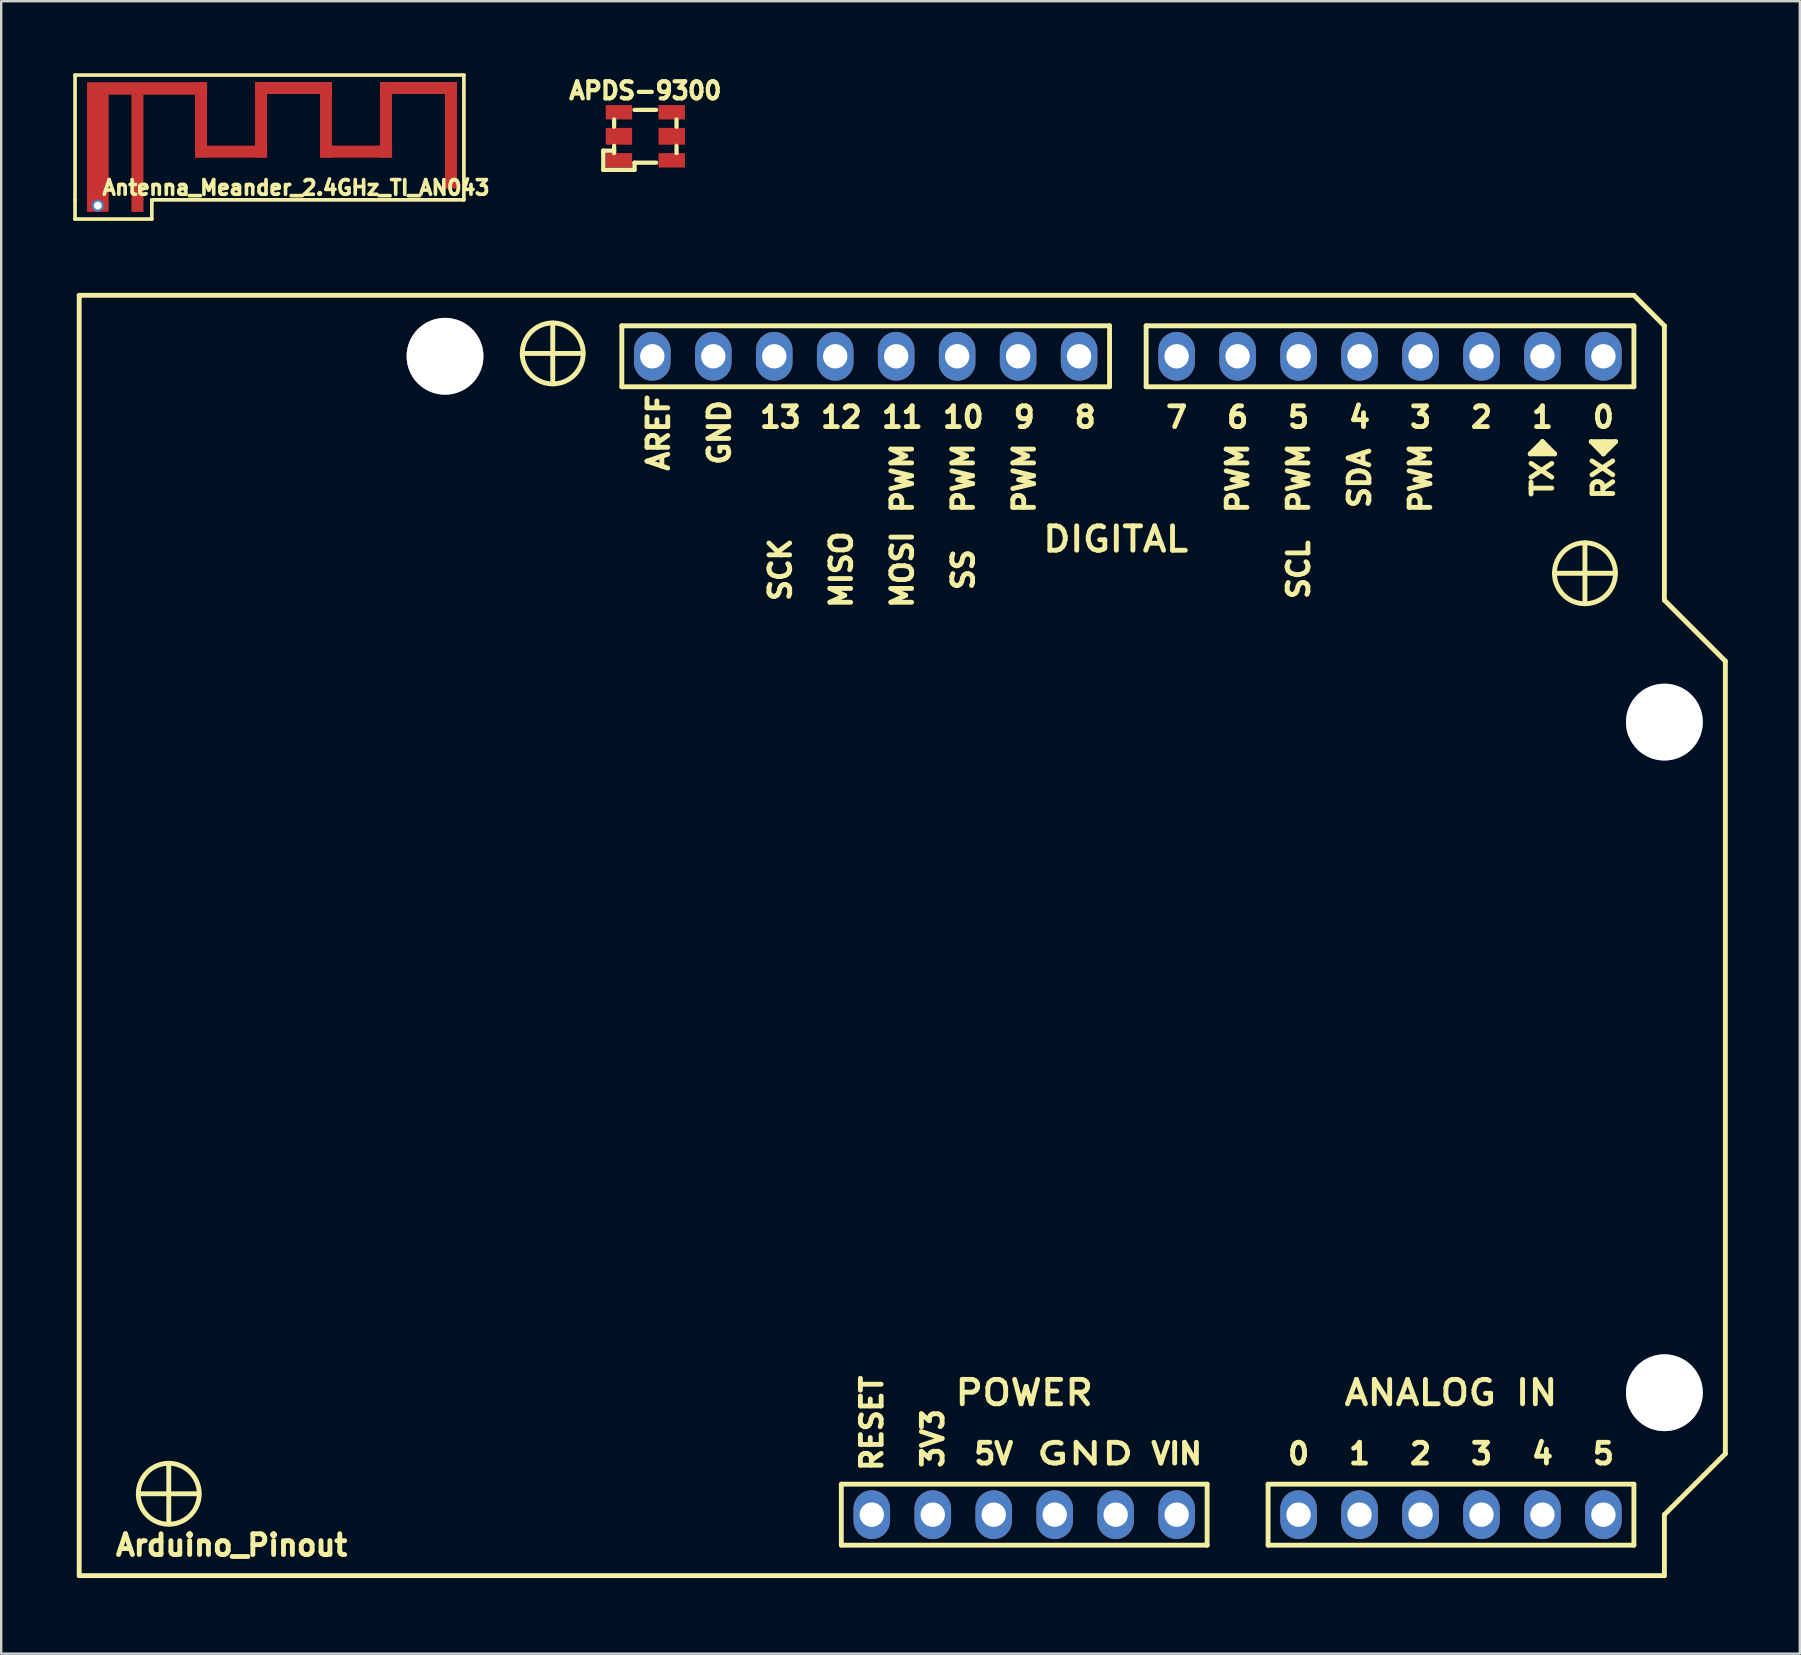
<source format=kicad_pcb>
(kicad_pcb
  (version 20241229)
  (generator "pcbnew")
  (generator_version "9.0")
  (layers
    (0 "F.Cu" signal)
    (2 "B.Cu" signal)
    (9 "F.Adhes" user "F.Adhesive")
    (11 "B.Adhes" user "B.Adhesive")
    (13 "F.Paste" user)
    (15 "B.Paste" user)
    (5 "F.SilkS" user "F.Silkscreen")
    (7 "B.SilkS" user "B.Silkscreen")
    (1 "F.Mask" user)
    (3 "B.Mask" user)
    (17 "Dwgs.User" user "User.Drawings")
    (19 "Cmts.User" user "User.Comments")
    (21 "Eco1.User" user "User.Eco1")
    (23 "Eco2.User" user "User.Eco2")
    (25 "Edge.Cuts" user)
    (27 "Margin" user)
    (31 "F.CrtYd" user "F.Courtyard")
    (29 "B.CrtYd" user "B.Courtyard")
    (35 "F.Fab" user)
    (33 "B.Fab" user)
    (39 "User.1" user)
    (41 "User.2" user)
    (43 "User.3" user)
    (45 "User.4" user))
  (footprint "Arduino_Pinout"
    (layer "F.Cu")
    (at 0.25 62.593)
    (property "Reference" "Arduino_Pinout" (at 6.35 -1.27 0) (layer "F.SilkS") (effects (font (size 0.864 0.864) (thickness 0.203))))
    (attr through_hole)
    (fp_line (start 0 -53.34) (end 0 0) (stroke (width 0.203) (type solid)) (layer "F.SilkS"))
    (fp_line (start 3.731 -3.411) (end 2.466 -3.411) (stroke (width 0.203) (type solid)) (layer "F.SilkS"))
    (fp_line (start 3.731 -3.411) (end 3.731 -4.674) (stroke (width 0.203) (type solid)) (layer "F.SilkS"))
    (fp_line (start 3.731 -3.411) (end 3.731 -2.151) (stroke (width 0.203) (type solid)) (layer "F.SilkS"))
    (fp_line (start 3.731 -3.411) (end 4.991 -3.411) (stroke (width 0.203) (type solid)) (layer "F.SilkS"))
    (fp_line (start 19.728 -50.919) (end 18.461 -50.919) (stroke (width 0.203) (type solid)) (layer "F.SilkS"))
    (fp_line (start 19.728 -50.919) (end 19.728 -52.184) (stroke (width 0.203) (type solid)) (layer "F.SilkS"))
    (fp_line (start 19.728 -50.919) (end 19.728 -49.657) (stroke (width 0.203) (type solid)) (layer "F.SilkS"))
    (fp_line (start 19.728 -50.919) (end 20.985 -50.919) (stroke (width 0.203) (type solid)) (layer "F.SilkS"))
    (fp_line (start 22.606 -52.07) (end 22.606 -49.53) (stroke (width 0.203) (type solid)) (layer "F.SilkS"))
    (fp_line (start 22.606 -49.53) (end 42.926 -49.53) (stroke (width 0.203) (type solid)) (layer "F.SilkS"))
    (fp_line (start 31.75 -3.81) (end 31.75 -1.27) (stroke (width 0.203) (type solid)) (layer "F.SilkS"))
    (fp_line (start 31.75 -1.27) (end 46.99 -1.27) (stroke (width 0.203) (type solid)) (layer "F.SilkS"))
    (fp_line (start 42.926 -52.07) (end 22.606 -52.07) (stroke (width 0.203) (type solid)) (layer "F.SilkS"))
    (fp_line (start 42.926 -49.53) (end 42.926 -52.07) (stroke (width 0.203) (type solid)) (layer "F.SilkS"))
    (fp_line (start 44.45 -52.07) (end 44.45 -49.53) (stroke (width 0.203) (type solid)) (layer "F.SilkS"))
    (fp_line (start 44.45 -49.53) (end 64.77 -49.53) (stroke (width 0.203) (type solid)) (layer "F.SilkS"))
    (fp_line (start 46.99 -3.81) (end 31.75 -3.81) (stroke (width 0.203) (type solid)) (layer "F.SilkS"))
    (fp_line (start 46.99 -3.81) (end 46.99 -1.27) (stroke (width 0.203) (type solid)) (layer "F.SilkS"))
    (fp_line (start 49.53 -3.81) (end 64.77 -3.81) (stroke (width 0.203) (type solid)) (layer "F.SilkS"))
    (fp_line (start 49.53 -1.27) (end 49.53 -3.81) (stroke (width 0.203) (type solid)) (layer "F.SilkS"))
    (fp_line (start 60.452 -46.736) (end 60.96 -47.244) (stroke (width 0.203) (type solid)) (layer "F.SilkS"))
    (fp_line (start 60.706 -46.863) (end 61.214 -46.863) (stroke (width 0.203) (type solid)) (layer "F.SilkS"))
    (fp_line (start 60.833 -46.99) (end 61.087 -46.99) (stroke (width 0.203) (type solid)) (layer "F.SilkS"))
    (fp_line (start 60.96 -47.244) (end 60.96 -46.863) (stroke (width 0.203) (type solid)) (layer "F.SilkS"))
    (fp_line (start 60.96 -47.244) (end 61.468 -46.736) (stroke (width 0.203) (type solid)) (layer "F.SilkS"))
    (fp_line (start 61.468 -46.736) (end 60.452 -46.736) (stroke (width 0.203) (type solid)) (layer "F.SilkS"))
    (fp_line (start 62.73 -41.76) (end 61.463 -41.76) (stroke (width 0.203) (type solid)) (layer "F.SilkS"))
    (fp_line (start 62.73 -41.76) (end 62.73 -43.025) (stroke (width 0.203) (type solid)) (layer "F.SilkS"))
    (fp_line (start 62.73 -41.76) (end 62.73 -40.498) (stroke (width 0.203) (type solid)) (layer "F.SilkS"))
    (fp_line (start 62.73 -41.76) (end 63.993 -41.76) (stroke (width 0.203) (type solid)) (layer "F.SilkS"))
    (fp_line (start 62.992 -47.244) (end 64.008 -47.244) (stroke (width 0.203) (type solid)) (layer "F.SilkS"))
    (fp_line (start 63.246 -47.117) (end 63.754 -47.117) (stroke (width 0.203) (type solid)) (layer "F.SilkS"))
    (fp_line (start 63.373 -46.99) (end 63.627 -46.99) (stroke (width 0.203) (type solid)) (layer "F.SilkS"))
    (fp_line (start 63.5 -46.736) (end 62.992 -47.244) (stroke (width 0.203) (type solid)) (layer "F.SilkS"))
    (fp_line (start 63.5 -46.736) (end 63.5 -47.244) (stroke (width 0.203) (type solid)) (layer "F.SilkS"))
    (fp_line (start 64.008 -47.244) (end 63.5 -46.736) (stroke (width 0.203) (type solid)) (layer "F.SilkS"))
    (fp_line (start 64.77 -53.34) (end 0 -53.34) (stroke (width 0.203) (type solid)) (layer "F.SilkS"))
    (fp_line (start 64.77 -53.34) (end 66.04 -52.07) (stroke (width 0.203) (type solid)) (layer "F.SilkS"))
    (fp_line (start 64.77 -52.07) (end 44.45 -52.07) (stroke (width 0.203) (type solid)) (layer "F.SilkS"))
    (fp_line (start 64.77 -49.53) (end 64.77 -52.07) (stroke (width 0.203) (type solid)) (layer "F.SilkS"))
    (fp_line (start 64.77 -3.81) (end 64.77 -1.27) (stroke (width 0.203) (type solid)) (layer "F.SilkS"))
    (fp_line (start 64.77 -1.27) (end 49.53 -1.27) (stroke (width 0.203) (type solid)) (layer "F.SilkS"))
    (fp_line (start 66.04 -52.07) (end 66.04 -40.64) (stroke (width 0.203) (type solid)) (layer "F.SilkS"))
    (fp_line (start 66.04 -40.64) (end 68.58 -38.1) (stroke (width 0.203) (type solid)) (layer "F.SilkS"))
    (fp_line (start 66.04 -2.54) (end 68.58 -5.08) (stroke (width 0.203) (type solid)) (layer "F.SilkS"))
    (fp_line (start 66.04 0) (end 0 0) (stroke (width 0.203) (type solid)) (layer "F.SilkS"))
    (fp_line (start 66.04 0) (end 66.04 -2.54) (stroke (width 0.203) (type solid)) (layer "F.SilkS"))
    (fp_line (start 68.58 -38.1) (end 68.58 -5.08) (stroke (width 0.203) (type solid)) (layer "F.SilkS"))
    (fp_circle (center 3.731 -3.411) (end 5.001 -3.411) (stroke (width 0.203) (type solid)) (fill no) (layer "F.SilkS"))
    (fp_circle (center 19.728 -50.919) (end 20.998 -50.919) (stroke (width 0.203) (type solid)) (fill no) (layer "F.SilkS"))
    (fp_circle (center 62.73 -41.76) (end 64 -41.76) (stroke (width 0.203) (type solid)) (fill no) (layer "F.SilkS"))
    (fp_text user "10" (at 36.83 -48.26 0) (layer "F.SilkS") (effects (font (size 0.864 0.864) (thickness 0.203))))
    (fp_text user "9" (at 39.37 -48.26 0) (layer "F.SilkS") (effects (font (size 0.864 0.864) (thickness 0.203))))
    (fp_text user "PWM" (at 34.29 -45.72 90) (layer "F.SilkS") (effects (font (size 0.864 0.864) (thickness 0.203))))
    (fp_text user "GND" (at 26.67 -47.625 90) (layer "F.SilkS") (effects (font (size 0.864 0.864) (thickness 0.203))))
    (fp_text user "12" (at 31.75 -48.26 0) (layer "F.SilkS") (effects (font (size 0.864 0.864) (thickness 0.203))))
    (fp_text user "SCL" (at 50.8 -41.91 90) (layer "F.SilkS") (effects (font (size 0.864 0.864) (thickness 0.203))))
    (fp_text user "3" (at 58.42 -5.08 0) (layer "F.SilkS") (effects (font (size 0.864 0.864) (thickness 0.203))))
    (fp_text user "2" (at 58.42 -48.26 0) (layer "F.SilkS") (effects (font (size 0.864 0.864) (thickness 0.203))))
    (fp_text user "AREF" (at 24.13 -47.625 90) (layer "F.SilkS") (effects (font (size 0.864 0.864) (thickness 0.203))))
    (fp_text user "PWM" (at 50.8 -45.72 90) (layer "F.SilkS") (effects (font (size 0.864 0.864) (thickness 0.203))))
    (fp_text user "RESET" (at 33.02 -6.35 90) (layer "F.SilkS") (effects (font (size 0.864 0.864) (thickness 0.203))))
    (fp_text user "PWM" (at 39.37 -45.72 90) (layer "F.SilkS") (effects (font (size 0.864 0.864) (thickness 0.203))))
    (fp_text user "1" (at 53.34 -5.08 0) (layer "F.SilkS") (effects (font (size 0.864 0.864) (thickness 0.203))))
    (fp_text user "PWM" (at 55.88 -45.72 90) (layer "F.SilkS") (effects (font (size 0.864 0.864) (thickness 0.203))))
    (fp_text user "13" (at 29.21 -48.26 0) (layer "F.SilkS") (effects (font (size 0.864 0.864) (thickness 0.203))))
    (fp_text user "8" (at 41.91 -48.26 0) (layer "F.SilkS") (effects (font (size 0.864 0.864) (thickness 0.203))))
    (fp_text user "VIN" (at 45.72 -5.08 0) (layer "F.SilkS") (effects (font (size 0.864 0.864) (thickness 0.203))))
    (fp_text user "4" (at 60.96 -5.08 0) (layer "F.SilkS") (effects (font (size 0.864 0.864) (thickness 0.203))))
    (fp_text user "3V3" (at 35.56 -5.715 90) (layer "F.SilkS") (effects (font (size 0.864 0.864) (thickness 0.203))))
    (fp_text user "SCK" (at 29.21 -41.91 90) (layer "F.SilkS") (effects (font (size 0.864 0.864) (thickness 0.203))))
    (fp_text user "0" (at 63.5 -48.26 0) (layer "F.SilkS") (effects (font (size 0.864 0.864) (thickness 0.203))))
    (fp_text user "2" (at 55.88 -5.08 0) (layer "F.SilkS") (effects (font (size 0.864 0.864) (thickness 0.203))))
    (fp_text user "5V" (at 38.1 -5.08 0) (layer "F.SilkS") (effects (font (size 0.864 0.864) (thickness 0.203))))
    (fp_text user "TX" (at 60.96 -45.72 90) (layer "F.SilkS") (effects (font (size 0.864 0.864) (thickness 0.203))))
    (fp_text user "SS" (at 36.83 -41.91 90) (layer "F.SilkS") (effects (font (size 0.864 0.864) (thickness 0.203))))
    (fp_text user "7" (at 45.72 -48.26 0) (layer "F.SilkS") (effects (font (size 0.864 0.864) (thickness 0.203))))
    (fp_text user "1" (at 60.96 -48.26 0) (layer "F.SilkS") (effects (font (size 0.864 0.864) (thickness 0.203))))
    (fp_text user "4" (at 53.34 -48.26 0) (layer "F.SilkS") (effects (font (size 0.864 0.864) (thickness 0.203))))
    (fp_text user "GND" (at 41.91 -5.08 0) (layer "F.SilkS") (effects (font (size 0.864 1.321) (thickness 0.203))))
    (fp_text user "3" (at 55.88 -48.26 0) (layer "F.SilkS") (effects (font (size 0.864 0.864) (thickness 0.203))))
    (fp_text user "RX" (at 63.5 -45.72 90) (layer "F.SilkS") (effects (font (size 0.864 0.864) (thickness 0.203))))
    (fp_text user "MISO" (at 31.75 -41.91 90) (layer "F.SilkS") (effects (font (size 0.864 0.864) (thickness 0.203))))
    (fp_text user "PWM" (at 48.26 -45.72 90) (layer "F.SilkS") (effects (font (size 0.864 0.864) (thickness 0.203))))
    (fp_text user "ANALOG IN" (at 57.15 -7.62 0) (layer "F.SilkS") (effects (font (size 1.016 1.118) (thickness 0.203))))
    (fp_text user "5" (at 50.8 -48.26 0) (layer "F.SilkS") (effects (font (size 0.864 0.864) (thickness 0.203))))
    (fp_text user "6" (at 48.26 -48.26 0) (layer "F.SilkS") (effects (font (size 0.864 0.864) (thickness 0.203))))
    (fp_text user "0" (at 50.8 -5.08 0) (layer "F.SilkS") (effects (font (size 0.864 0.864) (thickness 0.203))))
    (fp_text user "MOSI" (at 34.29 -41.91 90) (layer "F.SilkS") (effects (font (size 0.864 0.864) (thickness 0.203))))
    (fp_text user "5" (at 63.5 -5.08 0) (layer "F.SilkS") (effects (font (size 0.864 0.864) (thickness 0.203))))
    (fp_text user "DIGITAL" (at 43.18 -43.18 0) (layer "F.SilkS") (effects (font (size 1.016 1.118) (thickness 0.203))))
    (fp_text user "POWER" (at 39.37 -7.62 0) (layer "F.SilkS") (effects (font (size 1.016 1.118) (thickness 0.203))))
    (fp_text user "SDA" (at 53.34 -45.72 90) (layer "F.SilkS") (effects (font (size 0.864 0.864) (thickness 0.203))))
    (fp_text user "11" (at 34.29 -48.26 0) (layer "F.SilkS") (effects (font (size 0.864 0.864) (thickness 0.203))))
    (fp_text user "PWM" (at 36.83 -45.72 90) (layer "F.SilkS") (effects (font (size 0.864 0.864) (thickness 0.203))))
    (pad "0" thru_hole circle (at 15.24 -50.8) (size 3.2 3.2) (drill 3.2) (layers "*.Cu"))
    (pad "0" thru_hole circle (at 66.04 -35.56) (size 3.2 3.2) (drill 3.2) (layers "*.Cu"))
    (pad "0" thru_hole circle (at 66.04 -7.62) (size 3.2 3.2) (drill 3.2) (layers "*.Cu"))
    (pad "1" thru_hole oval (at 63.5 -50.8) (size 1.524 2.032) (drill 1.016) (layers "*.Cu" "*.Mask"))
    (pad "2" thru_hole oval (at 60.96 -50.8) (size 1.524 2.032) (drill 1.016) (layers "*.Cu" "*.Mask"))
    (pad "3" thru_hole oval (at 58.42 -50.8) (size 1.524 2.032) (drill 1.016) (layers "*.Cu" "*.Mask"))
    (pad "4" thru_hole oval (at 55.88 -50.8) (size 1.524 2.032) (drill 1.016) (layers "*.Cu" "*.Mask"))
    (pad "5" thru_hole oval (at 53.34 -50.8) (size 1.524 2.032) (drill 1.016) (layers "*.Cu" "*.Mask"))
    (pad "6" thru_hole oval (at 50.8 -50.8) (size 1.524 2.032) (drill 1.016) (layers "*.Cu" "*.Mask"))
    (pad "7" thru_hole oval (at 48.26 -50.8) (size 1.524 2.032) (drill 1.016) (layers "*.Cu" "*.Mask"))
    (pad "8" thru_hole oval (at 45.72 -50.8) (size 1.524 2.032) (drill 1.016) (layers "*.Cu" "*.Mask"))
    (pad "9" thru_hole oval (at 41.656 -50.8) (size 1.524 2.032) (drill 1.016) (layers "*.Cu" "*.Mask"))
    (pad "10" thru_hole oval (at 39.116 -50.8) (size 1.524 2.032) (drill 1.016) (layers "*.Cu" "*.Mask"))
    (pad "11" thru_hole oval (at 36.576 -50.8) (size 1.524 2.032) (drill 1.016) (layers "*.Cu" "*.Mask"))
    (pad "12" thru_hole oval (at 34.036 -50.8) (size 1.524 2.032) (drill 1.016) (layers "*.Cu" "*.Mask"))
    (pad "13" thru_hole oval (at 31.496 -50.8) (size 1.524 2.032) (drill 1.016) (layers "*.Cu" "*.Mask"))
    (pad "14" thru_hole oval (at 28.956 -50.8) (size 1.524 2.032) (drill 1.016) (layers "*.Cu" "*.Mask"))
    (pad "15" thru_hole oval (at 26.416 -50.8) (size 1.524 2.032) (drill 1.016) (layers "*.Cu" "*.Mask"))
    (pad "16" thru_hole oval (at 23.876 -50.8) (size 1.524 2.032) (drill 1.016) (layers "*.Cu" "*.Mask"))
    (pad "17" thru_hole oval (at 63.5 -2.54) (size 1.524 2.032) (drill 1.016) (layers "*.Cu" "*.Mask"))
    (pad "18" thru_hole oval (at 60.96 -2.54) (size 1.524 2.032) (drill 1.016) (layers "*.Cu" "*.Mask"))
    (pad "19" thru_hole oval (at 58.42 -2.54) (size 1.524 2.032) (drill 1.016) (layers "*.Cu" "*.Mask"))
    (pad "20" thru_hole oval (at 55.88 -2.54) (size 1.524 2.032) (drill 1.016) (layers "*.Cu" "*.Mask"))
    (pad "21" thru_hole oval (at 53.34 -2.54) (size 1.524 2.032) (drill 1.016) (layers "*.Cu" "*.Mask"))
    (pad "22" thru_hole oval (at 50.8 -2.54) (size 1.524 2.032) (drill 1.016) (layers "*.Cu" "*.Mask"))
    (pad "23" thru_hole oval (at 45.72 -2.54) (size 1.524 2.032) (drill 1.016) (layers "*.Cu" "*.Mask"))
    (pad "24" thru_hole oval (at 43.18 -2.54) (size 1.524 2.032) (drill 1.016) (layers "*.Cu" "*.Mask"))
    (pad "25" thru_hole oval (at 40.64 -2.54) (size 1.524 2.032) (drill 1.016) (layers "*.Cu" "*.Mask"))
    (pad "26" thru_hole oval (at 38.1 -2.54) (size 1.524 2.032) (drill 1.016) (layers "*.Cu" "*.Mask"))
    (pad "27" thru_hole oval (at 35.56 -2.54) (size 1.524 2.032) (drill 1.016) (layers "*.Cu" "*.Mask"))
    (pad "28" thru_hole oval (at 33.02 -2.54) (size 1.524 2.032) (drill 1.016) (layers "*.Cu" "*.Mask")))
  (footprint "Antenna_Meander_2.4GHz_TI_AN043"
    (layer "F.Cu")
    (at 2.677 5.276)
    (property "Reference" "Antenna_Meander_2.4GHz_TI_AN043" (at 6.604 -0.508 0) (layer "F.SilkS") (effects (font (size 0.61 0.61) (thickness 0.152))))
    (attr through_hole)
    (fp_line (start -2.601 -5.199) (end 13.599 -5.199) (stroke (width 0.152) (type solid)) (layer "F.SilkS"))
    (fp_line (start -2.601 0) (end -2.601 -5.199) (stroke (width 0.152) (type solid)) (layer "F.SilkS"))
    (fp_line (start -2.601 0.8) (end -2.601 0) (stroke (width 0.152) (type solid)) (layer "F.SilkS"))
    (fp_line (start 0.599 0) (end 0.599 0.8) (stroke (width 0.152) (type solid)) (layer "F.SilkS"))
    (fp_line (start 0.599 0.8) (end -2.601 0.8) (stroke (width 0.152) (type solid)) (layer "F.SilkS"))
    (fp_line (start 13.599 -5.199) (end 13.599 0) (stroke (width 0.152) (type solid)) (layer "F.SilkS"))
    (fp_line (start 13.599 0) (end 0.599 0) (stroke (width 0.152) (type solid)) (layer "F.SilkS"))
    (pad "1" smd rect (at -1.651 -1.951) (size 0.899 4.9) (layers "F.Cu"))
    (pad "1" thru_hole circle (at -1.651 0.239) (size 0.508 0.508) (drill 0.33) (layers "*.Cu"))
    (pad "1" smd rect (at 0 -2.2) (size 0.5 4.399) (layers "F.Cu"))
    (pad "1" smd rect (at 0 0.226) (size 0.5 0.551) (layers "F.Cu"))
    (pad "1" smd rect (at 0.399 -4.641) (size 5.001 0.521) (layers "F.Cu"))
    (pad "1" smd rect (at 2.649 -3.33) (size 0.5 3.139) (layers "F.Cu"))
    (pad "1" smd rect (at 3.899 -2.009) (size 3 0.5) (layers "F.Cu"))
    (pad "1" smd rect (at 5.149 -3.335) (size 0.5 3.15) (layers "F.Cu"))
    (pad "1" smd rect (at 6.5 -4.661) (size 3.2 0.5) (layers "F.Cu"))
    (pad "1" smd rect (at 7.854 -3.335) (size 0.495 3.15) (layers "F.Cu"))
    (pad "1" smd rect (at 9.106 -2.009) (size 3 0.5) (layers "F.Cu"))
    (pad "1" smd rect (at 10.356 -3.335) (size 0.5 3.15) (layers "F.Cu"))
    (pad "1" smd rect (at 11.707 -4.661) (size 3.2 0.5) (layers "F.Cu"))
    (pad "1" smd rect (at 13.061 -2.69) (size 0.495 4.44) (layers "F.Cu")))
  (footprint "APDS-9300"
    (layer "F.Cu")
    (at 23.835 2.628)
    (property "Reference" "APDS-9300" (at 0 -1.9 0) (layer "F.SilkS") (effects (font (size 0.711 0.711) (thickness 0.178))))
    (attr smd)
    (fp_line (start -1.75 0.599) (end -1.3 0.599) (stroke (width 0.178) (type solid)) (layer "F.SilkS"))
    (fp_line (start -1.75 0.65) (end -1.75 0.599) (stroke (width 0.178) (type solid)) (layer "F.SilkS"))
    (fp_line (start -1.75 1.4) (end -1.75 0.65) (stroke (width 0.178) (type solid)) (layer "F.SilkS"))
    (fp_line (start -1.3 -0.701) (end -1.3 -0.399) (stroke (width 0.178) (type solid)) (layer "F.SilkS"))
    (fp_line (start -1.3 0.701) (end -1.3 0.399) (stroke (width 0.178) (type solid)) (layer "F.SilkS"))
    (fp_line (start -0.5 1.4) (end -1.75 1.4) (stroke (width 0.178) (type solid)) (layer "F.SilkS"))
    (fp_line (start -0.5 1.4) (end -0.45 1.4) (stroke (width 0.178) (type solid)) (layer "F.SilkS"))
    (fp_line (start -0.45 -1.1) (end 0.45 -1.1) (stroke (width 0.178) (type solid)) (layer "F.SilkS"))
    (fp_line (start -0.45 1.1) (end 0.45 1.1) (stroke (width 0.178) (type solid)) (layer "F.SilkS"))
    (fp_line (start -0.45 1.4) (end -0.45 1.1) (stroke (width 0.178) (type solid)) (layer "F.SilkS"))
    (fp_line (start 1.3 -0.701) (end 1.3 -0.399) (stroke (width 0.178) (type solid)) (layer "F.SilkS"))
    (fp_line (start 1.3 0.701) (end 1.3 0.399) (stroke (width 0.178) (type solid)) (layer "F.SilkS"))
    (pad "1" smd rect (at -1.1 1.001) (size 1.1 0.599) (layers "F.Cu" "F.Mask" "F.Paste"))
    (pad "2" smd rect (at 1.1 1.001) (size 1.1 0.599) (layers "F.Cu" "F.Mask" "F.Paste"))
    (pad "3" smd rect (at 1.1 0) (size 1.1 0.701) (layers "F.Cu" "F.Mask" "F.Paste"))
    (pad "4" smd rect (at 1.1 -1.001) (size 1.1 0.599) (layers "F.Cu" "F.Mask" "F.Paste"))
    (pad "5" smd rect (at -1.1 -1.001) (size 1.1 0.599) (layers "F.Cu" "F.Mask" "F.Paste"))
    (pad "6" smd rect (at -1.1 0) (size 1.1 0.701) (layers "F.Cu" "F.Mask" "F.Paste")))
  (gr_rect
    (start -3 -3)
    (end 71.932 65.843)
    (stroke (width 0.1) (type default))
    (fill no)
    (layer "Edge.Cuts")))
</source>
